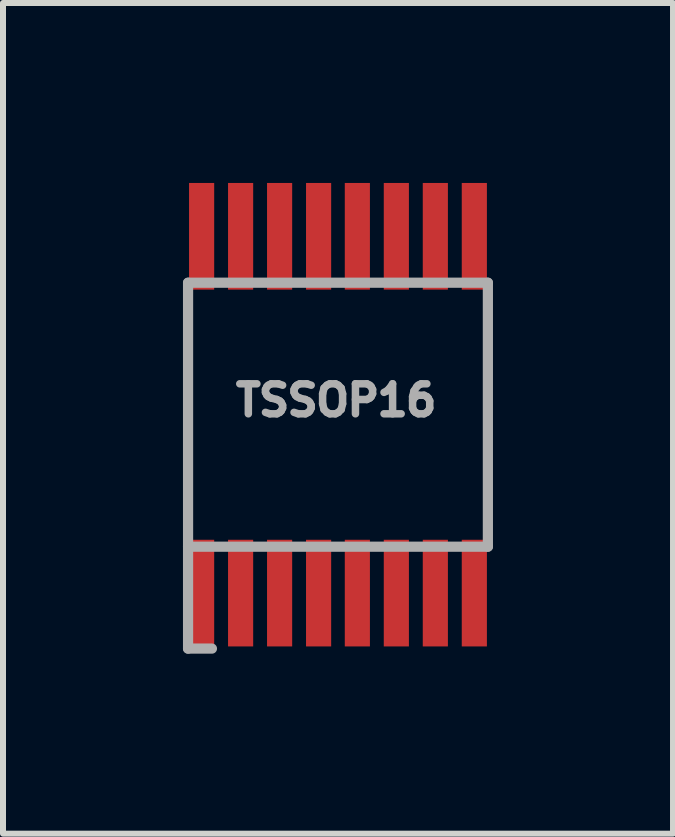
<source format=kicad_pcb>
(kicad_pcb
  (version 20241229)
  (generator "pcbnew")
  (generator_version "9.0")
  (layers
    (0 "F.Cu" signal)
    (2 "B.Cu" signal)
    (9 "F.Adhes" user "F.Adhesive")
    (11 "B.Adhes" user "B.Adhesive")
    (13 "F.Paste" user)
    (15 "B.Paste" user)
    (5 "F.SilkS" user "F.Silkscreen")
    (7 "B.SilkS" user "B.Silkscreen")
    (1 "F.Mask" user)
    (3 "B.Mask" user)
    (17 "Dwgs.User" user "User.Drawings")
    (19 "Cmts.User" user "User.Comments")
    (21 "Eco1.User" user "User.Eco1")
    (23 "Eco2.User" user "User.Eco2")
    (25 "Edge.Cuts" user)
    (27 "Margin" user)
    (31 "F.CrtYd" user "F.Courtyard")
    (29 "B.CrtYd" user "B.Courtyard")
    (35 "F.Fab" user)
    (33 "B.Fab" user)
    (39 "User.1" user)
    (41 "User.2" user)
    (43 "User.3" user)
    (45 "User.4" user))
  (footprint "TSSOP16"
    (layer "F.Cu")
    (at 2.584 3.863)
    (property "Reference" "TSSOP16" (at -0.03 -0.24 0) (layer "F.Fab") (effects (font (size 0.5 0.5) (thickness 0.125))))
    (attr smd)
    (fp_line (start 2.484 -2.2) (end 2.499 -2.2) (stroke (width 0.003) (type solid)) (layer "F.SilkS"))
    (fp_line (start -2.499 -2.2) (end -2.499 2.2) (stroke (width 0.17) (type solid)) (layer "F.Fab"))
    (fp_line (start -2.499 2.2) (end 2.499 2.2) (stroke (width 0.17) (type solid)) (layer "F.Fab"))
    (fp_line (start -2.499 3.899) (end -2.499 2.2) (stroke (width 0.17) (type solid)) (layer "F.Fab"))
    (fp_line (start -2.101 3.899) (end -2.499 3.899) (stroke (width 0.17) (type solid)) (layer "F.Fab"))
    (fp_line (start 2.499 -2.2) (end -2.499 -2.2) (stroke (width 0.17) (type solid)) (layer "F.Fab"))
    (fp_line (start 2.499 2.2) (end 2.499 -2.2) (stroke (width 0.17) (type solid)) (layer "F.Fab"))
    (pad "1" smd rect (at -2.273 2.974 180) (size 0.419 1.778) (layers "F.Cu" "F.Mask" "F.Paste"))
    (pad "2" smd rect (at -1.623 2.974 180) (size 0.419 1.778) (layers "F.Cu" "F.Mask" "F.Paste"))
    (pad "3" smd rect (at -0.973 2.974 180) (size 0.419 1.778) (layers "F.Cu" "F.Mask" "F.Paste"))
    (pad "4" smd rect (at -0.323 2.974 180) (size 0.419 1.778) (layers "F.Cu" "F.Mask" "F.Paste"))
    (pad "5" smd rect (at 0.323 2.974 180) (size 0.419 1.778) (layers "F.Cu" "F.Mask" "F.Paste"))
    (pad "6" smd rect (at 0.973 2.974 180) (size 0.419 1.778) (layers "F.Cu" "F.Mask" "F.Paste"))
    (pad "7" smd rect (at 1.623 2.974 180) (size 0.419 1.778) (layers "F.Cu" "F.Mask" "F.Paste"))
    (pad "8" smd rect (at 2.273 2.974 180) (size 0.419 1.778) (layers "F.Cu" "F.Mask" "F.Paste"))
    (pad "9" smd rect (at 2.273 -2.974) (size 0.419 1.778) (layers "F.Cu" "F.Mask" "F.Paste"))
    (pad "10" smd rect (at 1.623 -2.974) (size 0.419 1.778) (layers "F.Cu" "F.Mask" "F.Paste"))
    (pad "11" smd rect (at 0.973 -2.974) (size 0.419 1.778) (layers "F.Cu" "F.Mask" "F.Paste"))
    (pad "12" smd rect (at 0.323 -2.974) (size 0.419 1.778) (layers "F.Cu" "F.Mask" "F.Paste"))
    (pad "13" smd rect (at -0.323 -2.974) (size 0.419 1.778) (layers "F.Cu" "F.Mask" "F.Paste"))
    (pad "14" smd rect (at -0.973 -2.974) (size 0.419 1.778) (layers "F.Cu" "F.Mask" "F.Paste"))
    (pad "15" smd rect (at -1.623 -2.974) (size 0.419 1.778) (layers "F.Cu" "F.Mask" "F.Paste"))
    (pad "16" smd rect (at -2.273 -2.974) (size 0.419 1.778) (layers "F.Cu" "F.Mask" "F.Paste")))
  (gr_rect
    (start -3 -3)
    (end 8.169 10.847)
    (stroke (width 0.1) (type default))
    (fill no)
    (layer "Edge.Cuts")))
</source>
